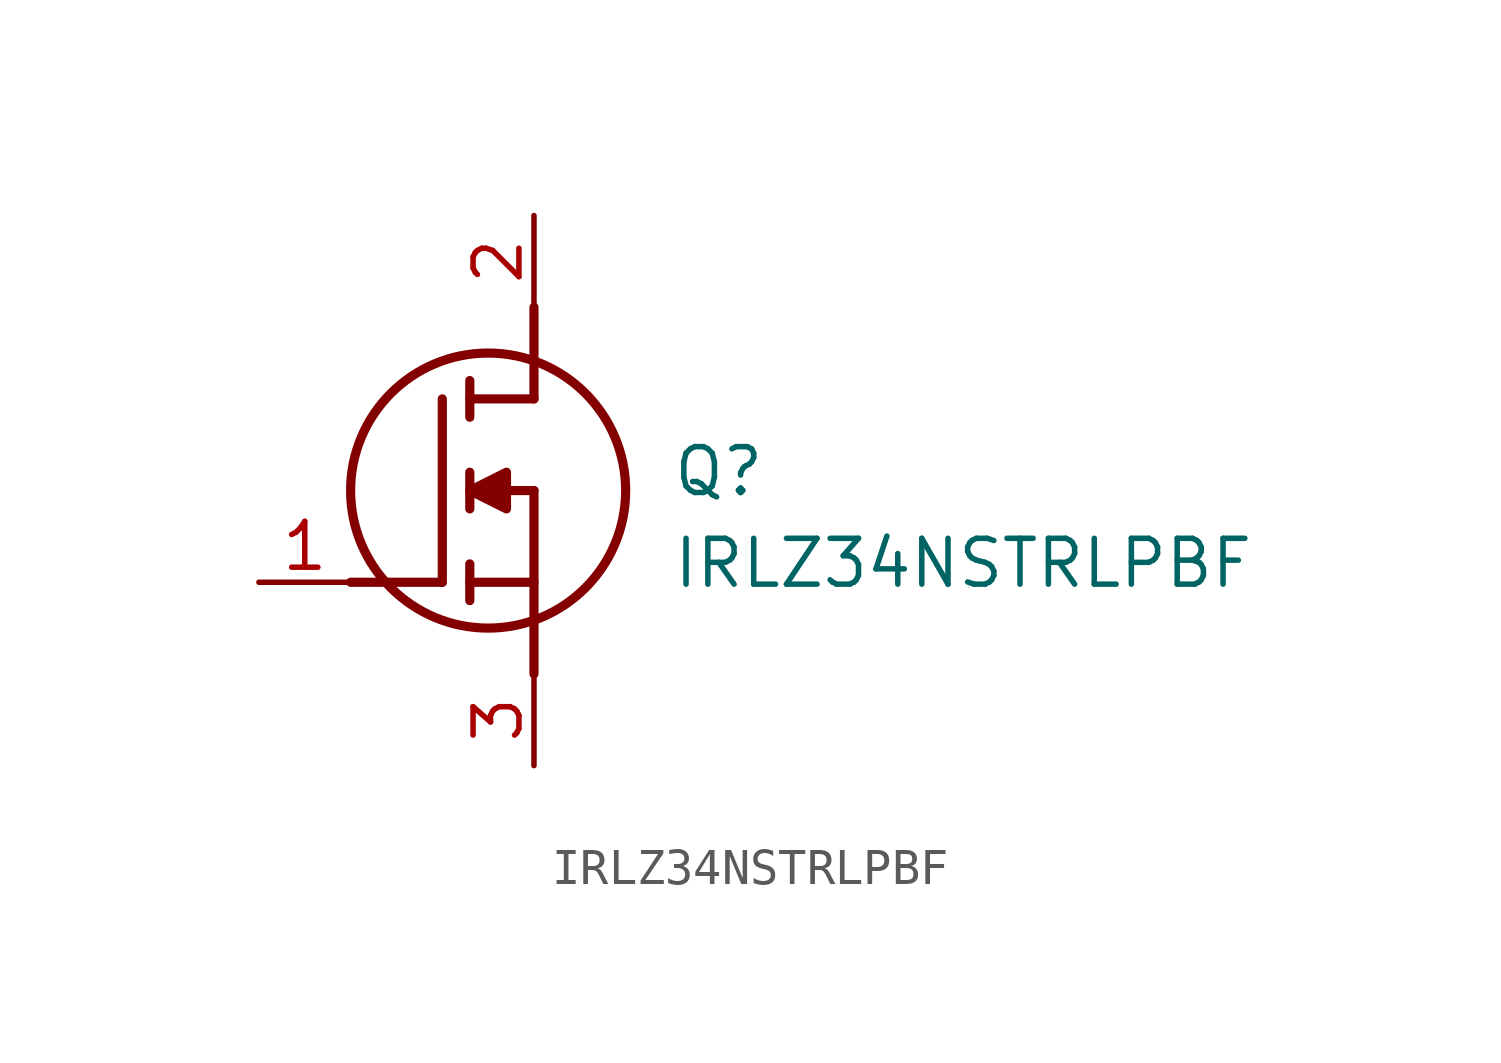
<source format=kicad_sym>
(kicad_symbol_lib
  (version 20211014)
  (generator SamacSys_ECAD_Model)
  (symbol "IRLZ34NSTRLPBF"
    (pin_names hide)
    (property "Reference" "Q"
      (at 11.43 3.81 0)
      (effects (font (size 1.27 1.27)) (justify left top)))
    (property "Value" "IRLZ34NSTRLPBF"
      (at 11.43 1.27 0)
      (effects (font (size 1.27 1.27)) (justify left top)))
    (polyline
      (pts (xy 7.62 2.54) (xy 7.62 -2.54))
      (stroke (width 0.254) (type default))
      (fill (type none)))
    (polyline
      (pts (xy 7.62 5.08) (xy 7.62 7.62))
      (stroke (width 0.254) (type default))
      (fill (type none)))
    (polyline
      (pts (xy 2.54 0) (xy 5.08 0))
      (stroke (width 0.254) (type default))
      (fill (type none)))
    (polyline
      (pts (xy 5.08 5.08) (xy 5.08 0))
      (stroke (width 0.254) (type default))
      (fill (type none)))
    (polyline
      (pts (xy 7.62 2.54) (xy 5.842 2.54))
      (stroke (width 0.254) (type default))
      (fill (type none)))
    (polyline
      (pts (xy 7.62 5.08) (xy 5.842 5.08))
      (stroke (width 0.254) (type default))
      (fill (type none)))
    (polyline
      (pts (xy 5.842 0) (xy 7.62 0))
      (stroke (width 0.254) (type default))
      (fill (type none)))
    (polyline
      (pts (xy 5.842 5.588) (xy 5.842 4.572))
      (stroke (width 0.254) (type default))
      (fill (type none)))
    (polyline
      (pts (xy 5.842 -0.508) (xy 5.842 0.508))
      (stroke (width 0.254) (type default))
      (fill (type none)))
    (polyline
      (pts (xy 5.842 2.032) (xy 5.842 3.048))
      (stroke (width 0.254) (type default))
      (fill (type none)))
    (circle
      (center 6.35 2.54)
      (radius 3.81)
      (stroke (width 0.254) (type default))
      (fill (type none)))
    (polyline
      (pts (xy 5.842 2.54) (xy 6.858 3.048) (xy 6.858 2.032) (xy 5.842 2.54))
      (stroke (width 0.254) (type default))
      (fill (type outline)))
    (pin passive line
      (at 0 0 0)
      (length 2.54)
      (name "G" (effects (font (size 1.27 1.27))))
      (number "1" (effects (font (size 1.27 1.27)))))
    (pin passive line
      (at 7.62 10.16 270)
      (length 2.54)
      (name "D" (effects (font (size 1.27 1.27))))
      (number "2" (effects (font (size 1.27 1.27)))))
    (pin passive line
      (at 7.62 -5.08 90)
      (length 2.54)
      (name "S" (effects (font (size 1.27 1.27))))
      (number "3" (effects (font (size 1.27 1.27)))))))
</source>
